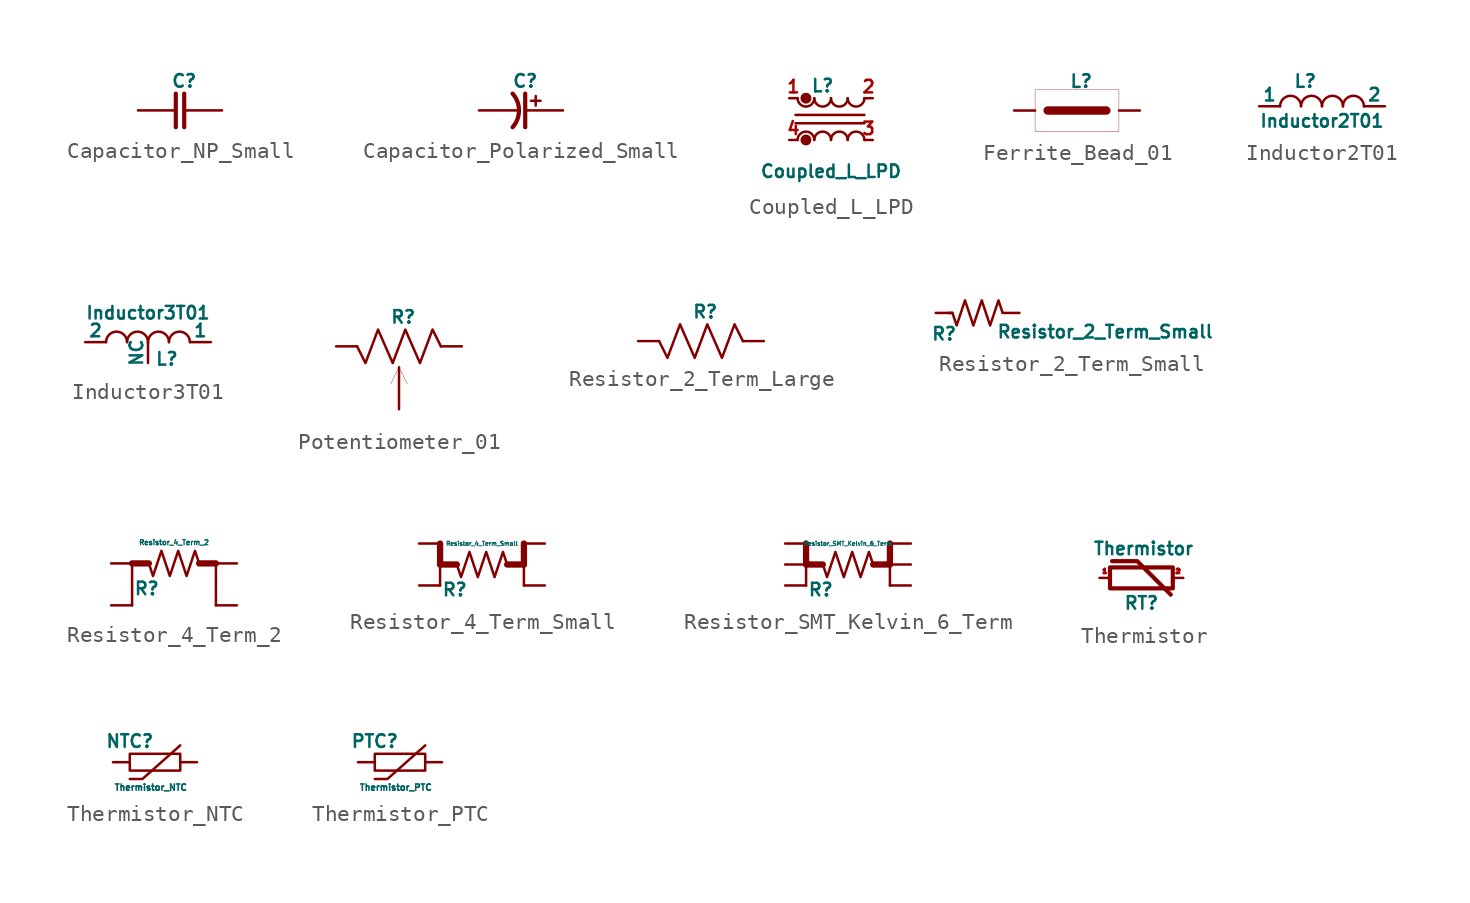
<source format=kicad_sym>
(kicad_symbol_lib
  (version 20210619)
  (generator kicad_symbol_editor)
  (symbol "Bobs_Passive:Capacitor_NP_Small"
    (pin_numbers hide)
    (pin_names
      (offset 0) hide)
    (property "Reference" "C"
      (at 0.254 1.778 0)
      (effects (font (size 0.762 0.762))))
    (symbol "Capacitor_NP_Small_0_1"
      (polyline (pts (xy -0.254 1.016) (xy -0.254 -1.016)) (stroke (width 0.254)) (fill (type none)))
      (polyline (pts (xy 0.254 1.016) (xy 0.254 -1.016)) (stroke (width 0.254)) (fill (type none))))
    (symbol "Capacitor_NP_Small_1_1"
      (pin bidirectional line (at -2.54 0 0) (length 2.286) (name "~" (effects (font (size 0.762 0.762)))) (number "1" (effects (font (size 0.762 0.762)))))
      (pin bidirectional line (at 2.54 0 180) (length 2.286) (name "~" (effects (font (size 0.762 0.762)))) (number "2" (effects (font (size 0.762 0.762)))))))
  (symbol "Bobs_Passive:Capacitor_Polarized_Small"
    (pin_numbers hide)
    (pin_names
      (offset 0) hide)
    (property "Reference" "C"
      (at 0.254 1.778 0)
      (effects (font (size 0.762 0.762))))
    (symbol "Capacitor_Polarized_Small_0_0"
      (text "+" (at 0.889 0.635 0) (effects (font (size 0.762 0.762) bold))))
    (symbol "Capacitor_Polarized_Small_0_1"
      (arc (start -0.508 -1.016) (end -0.508 1.016) (radius (at -1.651 0) (length 1.524) (angles -41.6 41.6)) (stroke (width 0.254)) (fill (type none)))
      (polyline (pts (xy 0.254 1.016) (xy 0.254 -1.016)) (stroke (width 0.254)) (fill (type none))))
    (symbol "Capacitor_Polarized_Small_1_1"
      (pin bidirectional line (at 2.54 0 180) (length 2.286) (name "~" (effects (font (size 0.762 0.762)))) (number "1" (effects (font (size 0.762 0.762)))))
      (pin bidirectional line (at -2.54 0 0) (length 2.286) (name "~" (effects (font (size 0.762 0.762)))) (number "2" (effects (font (size 0.762 0.762)))))))
  (symbol "Bobs_Passive:Coupled_L_LPD"
    (pin_names
      (offset 0.254) hide)
    (property "Reference" "L"
      (at -0.508 2.032 0)
      (effects (font (size 0.762 0.762))))
    (property "Value" "Coupled_L_LPD"
      (at 0 -3.175 0)
      (effects (font (size 0.762 0.762))))
    (symbol "Coupled_L_LPD_0_1"
      (arc (start -1.016 -1.27) (end -2.032 -1.27) (radius (at -1.524 -1.27) (length 0.508) (angles 0.1 179.9)) (stroke (width 0)) (fill (type none)))
      (arc (start -2.032 1.27) (end -1.016 1.27) (radius (at -1.524 1.27) (length 0.508) (angles -179.9 -0.1)) (stroke (width 0)) (fill (type none)))
      (arc (start 0 -1.27) (end -1.016 -1.27) (radius (at -0.508 -1.27) (length 0.508) (angles 0.1 179.9)) (stroke (width 0)) (fill (type none)))
      (arc (start -1.016 1.27) (end 0 1.27) (radius (at -0.508 1.27) (length 0.508) (angles -179.9 -0.1)) (stroke (width 0)) (fill (type none)))
      (arc (start 1.016 -1.27) (end 0 -1.27) (radius (at 0.508 -1.27) (length 0.508) (angles 0.1 179.9)) (stroke (width 0)) (fill (type none)))
      (arc (start 0 1.27) (end 1.016 1.27) (radius (at 0.508 1.27) (length 0.508) (angles -179.9 -0.1)) (stroke (width 0)) (fill (type none)))
      (arc (start 2.032 -1.27) (end 1.016 -1.27) (radius (at 1.524 -1.27) (length 0.508) (angles 0.1 179.9)) (stroke (width 0)) (fill (type none)))
      (arc (start 1.016 1.27) (end 2.032 1.27) (radius (at 1.524 1.27) (length 0.508) (angles -179.9 -0.1)) (stroke (width 0)) (fill (type none)))
      (circle (center -1.524 -1.27) (radius 0.254) (stroke (width 0)) (fill (type outline)))
      (circle (center -1.524 1.27) (radius 0.254) (stroke (width 0)) (fill (type outline)))
      (polyline (pts (xy -2.159 -0.254) (xy 2.032 -0.254)) (stroke (width 0)) (fill (type none)))
      (polyline (pts (xy -2.159 0.254) (xy 2.032 0.254)) (stroke (width 0)) (fill (type none))))
    (symbol "Coupled_L_LPD_1_1"
      (pin bidirectional line (at -2.54 1.27 0) (length 0.508) (name "1" (effects (font (size 0.762 0.762)))) (number "1" (effects (font (size 0.762 0.762)))))
      (pin bidirectional line (at 2.54 1.27 180) (length 0.508) (name "2" (effects (font (size 0.762 0.762)))) (number "2" (effects (font (size 0.762 0.762)))))
      (pin bidirectional line (at 2.54 -1.27 180) (length 0.508) (name "3" (effects (font (size 0.762 0.762)))) (number "3" (effects (font (size 0.762 0.762)))))
      (pin bidirectional line (at -2.54 -1.27 0) (length 0.508) (name "4" (effects (font (size 0.762 0.762)))) (number "4" (effects (font (size 0.762 0.762)))))))
  (symbol "Bobs_Passive:Ferrite_Bead_01"
    (pin_numbers hide)
    (pin_names
      (offset 0) hide)
    (property "Reference" "L"
      (at 0.254 1.778 0)
      (effects (font (size 0.762 0.762))))
    (symbol "Ferrite_Bead_01_0_1"
      (rectangle (start 2.54 -1.27) (end -2.54 1.27) (stroke (width 0.0003)) (fill (type none)))
      (polyline (pts (xy -1.778 0) (xy 1.778 0)) (stroke (width 0.508)) (fill (type none))))
    (symbol "Ferrite_Bead_01_1_1"
      (pin bidirectional line (at -3.81 0 0) (length 1.27) (name "~" (effects (font (size 0.762 0.762)))) (number "1" (effects (font (size 0.762 0.762)))))
      (pin bidirectional line (at 3.81 0 180) (length 1.27) (name "~" (effects (font (size 0.762 0.762)))) (number "2" (effects (font (size 0.762 0.762)))))))
  (symbol "Bobs_Passive:Inductor2T01"
    (pin_numbers hide)
    (pin_names
      (offset 0))
    (property "Reference" "L"
      (at -1.016 1.524 0)
      (effects (font (size 0.762 0.762))))
    (property "Value" "Inductor2T01"
      (at 0 -0.889 0)
      (effects (font (size 0.762 0.762))))
    (symbol "Inductor2T01_0_1"
      (arc (start -1.27 0) (end -2.54 0) (radius (at -1.905 0) (length 0.635) (angles 0.1 179.9)) (stroke (width 0)) (fill (type none)))
      (arc (start 0 0) (end -1.27 0) (radius (at -0.635 0) (length 0.635) (angles 0.1 179.9)) (stroke (width 0)) (fill (type none)))
      (arc (start 1.27 0) (end 0 0) (radius (at 0.635 0) (length 0.635) (angles 0.1 179.9)) (stroke (width 0)) (fill (type none)))
      (arc (start 2.54 0) (end 1.27 0) (radius (at 1.905 0) (length 0.635) (angles 0.1 179.9)) (stroke (width 0)) (fill (type none))))
    (symbol "Inductor2T01_1_1"
      (pin input line (at -3.81 0 0) (length 1.27) (name "1" (effects (font (size 0.762 0.762)))) (number "1" (effects (font (size 0.762 0.762)))))
      (pin input line (at 3.81 0 180) (length 1.27) (name "2" (effects (font (size 0.762 0.762)))) (number "2" (effects (font (size 0.762 0.762)))))))
  (symbol "Bobs_Passive:Inductor3T01"
    (pin_numbers hide)
    (pin_names
      (offset 0))
    (property "Reference" "L"
      (at 1.143 -1.016 0)
      (effects (font (size 0.762 0.762))))
    (property "Value" "Inductor3T01"
      (at 0 1.778 0)
      (effects (font (size 0.762 0.762))))
    (symbol "Inductor3T01_0_1"
      (arc (start -1.27 0) (end -2.54 0) (radius (at -1.905 0) (length 0.635) (angles 0.1 179.9)) (stroke (width 0)) (fill (type none)))
      (arc (start 0 0) (end -1.27 0) (radius (at -0.635 0) (length 0.635) (angles 0.1 179.9)) (stroke (width 0)) (fill (type none)))
      (arc (start 1.27 0) (end 0 0) (radius (at 0.635 0) (length 0.635) (angles 0.1 179.9)) (stroke (width 0)) (fill (type none)))
      (arc (start 2.54 0) (end 1.27 0) (radius (at 1.905 0) (length 0.635) (angles 0.1 179.9)) (stroke (width 0)) (fill (type none))))
    (symbol "Inductor3T01_1_1"
      (pin input line (at 3.81 0 180) (length 1.27) (name "1" (effects (font (size 0.762 0.762)))) (number "1" (effects (font (size 0.762 0.762)))))
      (pin input line (at -3.81 0 0) (length 1.27) (name "2" (effects (font (size 0.762 0.762)))) (number "2" (effects (font (size 0.762 0.762)))))
      (pin input line (at 0 -1.27 90) (length 1.27) (name "NC" (effects (font (size 0.762 0.762)))) (number "3" (effects (font (size 0.762 0.762)))))))
  (symbol "Bobs_Passive:Potentiometer_01"
    (pin_numbers hide)
    (pin_names
      (offset 0) hide)
    (property "Reference" "R"
      (at 0.254 1.778 0)
      (effects (font (size 0.762 0.762))))
    (symbol "Potentiometer_01_0_1"
      (polyline (pts (xy 0 -1.27) (xy -0.508 -2.286)) (stroke (width 0.0003)) (fill (type none)))
      (polyline (pts (xy 0.508 -2.286) (xy 0 -1.27)) (stroke (width 0.0003)) (fill (type none)))
      (polyline (pts (xy -2.54 0) (xy -2.032 -1.016) (xy -1.27 1.016) (xy -0.381 -1.016) (xy 0.381 1.016) (xy 1.27 -1.016) (xy 2.032 1.016) (xy 2.54 0)) (stroke (width 0)) (fill (type none))))
    (symbol "Potentiometer_01_1_1"
      (pin bidirectional line (at -3.81 0 0) (length 1.27) (name "~" (effects (font (size 0.762 0.762)))) (number "1" (effects (font (size 0.762 0.762)))))
      (pin bidirectional line (at 0 -3.81 90) (length 2.54) (name "~" (effects (font (size 0.762 0.762)))) (number "2" (effects (font (size 0.762 0.762)))))
      (pin bidirectional line (at 3.81 0 180) (length 1.27) (name "~" (effects (font (size 0.762 0.762)))) (number "3" (effects (font (size 0.762 0.762)))))))
  (symbol "Bobs_Passive:Resistor_2_Term_Large"
    (pin_numbers hide)
    (pin_names
      (offset 0) hide)
    (property "Reference" "R"
      (at 0.254 1.778 0)
      (effects (font (size 0.762 0.762))))
    (symbol "Resistor_2_Term_Large_0_1"
      (polyline (pts (xy -2.54 0) (xy -2.032 -1.016) (xy -1.27 1.016) (xy -0.381 -1.016) (xy 0.381 1.016) (xy 1.27 -1.016) (xy 2.032 1.016) (xy 2.54 0)) (stroke (width 0)) (fill (type none))))
    (symbol "Resistor_2_Term_Large_1_1"
      (pin bidirectional line (at -3.81 0 0) (length 1.27) (name "~" (effects (font (size 0.762 0.762)))) (number "1" (effects (font (size 0.762 0.762)))))
      (pin bidirectional line (at 3.81 0 180) (length 1.27) (name "~" (effects (font (size 0.762 0.762)))) (number "2" (effects (font (size 0.762 0.762)))))))
  (symbol "Bobs_Passive:Resistor_2_Term_Small"
    (pin_numbers hide)
    (pin_names
      (offset 0) hide)
    (property "Reference" "R"
      (at -2.032 -1.27 0)
      (effects (font (size 0.762 0.762))))
    (property "Value" "Resistor_2_Term_Small"
      (at 7.747 -1.143 0)
      (effects (font (size 0.762 0.762))))
    (symbol "Resistor_2_Term_Small_0_1"
      (polyline (pts (xy -1.778 0) (xy -1.524 0) (xy -1.27 -0.762) (xy -0.762 0.762) (xy -0.254 -0.762) (xy 0.254 0.762) (xy 0.762 -0.762) (xy 1.27 0.762) (xy 1.524 0)) (stroke (width 0)) (fill (type none))))
    (symbol "Resistor_2_Term_Small_1_1"
      (pin bidirectional line (at -2.54 0 0) (length 1.016) (name "~" (effects (font (size 0.762 0.762)))) (number "1" (effects (font (size 0.762 0.762)))))
      (pin bidirectional line (at 2.54 0 180) (length 1.016) (name "~" (effects (font (size 0.762 0.762)))) (number "2" (effects (font (size 0.762 0.762)))))))
  (symbol "Bobs_Passive:Resistor_4_Term_2"
    (pin_numbers hide)
    (pin_names
      (offset 0) hide)
    (property "Reference" "R"
      (at -1.651 -1.524 0)
      (effects (font (size 0.762 0.762))))
    (property "Value" "Resistor_4_Term_2"
      (at 0 1.27 0)
      (effects (font (size 0.305 0.305))))
    (symbol "Resistor_4_Term_2_0_1"
      (polyline (pts (xy -2.54 -2.54) (xy -2.54 0)) (stroke (width 0)) (fill (type none)))
      (polyline (pts (xy -1.524 0) (xy -2.54 0)) (stroke (width 0.381)) (fill (type none)))
      (polyline (pts (xy 1.524 0) (xy 2.54 0)) (stroke (width 0.381)) (fill (type none)))
      (polyline (pts (xy 2.54 -2.54) (xy 2.54 0)) (stroke (width 0)) (fill (type none)))
      (polyline (pts (xy -1.524 0) (xy -1.27 -0.762) (xy -0.762 0.762) (xy -0.254 -0.762) (xy 0.254 0.762) (xy 0.762 -0.762) (xy 1.27 0.762) (xy 1.524 0)) (stroke (width 0)) (fill (type none))))
    (symbol "Resistor_4_Term_2_1_1"
      (pin bidirectional line (at -3.81 0 0) (length 1.27) (name "~" (effects (font (size 0.762 0.762)))) (number "1" (effects (font (size 0.762 0.762)))))
      (pin bidirectional line (at -3.81 -2.54 0) (length 1.27) (name "~" (effects (font (size 0.762 0.762)))) (number "2" (effects (font (size 0.762 0.762)))))
      (pin bidirectional line (at 3.81 -2.54 180) (length 1.27) (name "~" (effects (font (size 0.762 0.762)))) (number "3" (effects (font (size 0.762 0.762)))))
      (pin bidirectional line (at 3.81 0 180) (length 1.27) (name "~" (effects (font (size 0.762 0.762)))) (number "4" (effects (font (size 0.762 0.762)))))))
  (symbol "Bobs_Passive:Resistor_4_Term_Small"
    (pin_numbers hide)
    (pin_names
      (offset 0) hide)
    (property "Reference" "R"
      (at -1.651 -1.524 0)
      (effects (font (size 0.762 0.762))))
    (property "Value" "Resistor_4_Term_Small"
      (at 0 1.27 0)
      (effects (font (size 0.254 0.254))))
    (symbol "Resistor_4_Term_Small_0_1"
      (polyline (pts (xy -2.54 -1.27) (xy -2.54 0)) (stroke (width 0)) (fill (type none)))
      (polyline (pts (xy -2.54 1.27) (xy -2.54 0)) (stroke (width 0.381)) (fill (type none)))
      (polyline (pts (xy -1.524 0) (xy -2.54 0)) (stroke (width 0.381)) (fill (type none)))
      (polyline (pts (xy 1.524 0) (xy 2.54 0)) (stroke (width 0.381)) (fill (type none)))
      (polyline (pts (xy 2.54 -1.27) (xy 2.54 0)) (stroke (width 0)) (fill (type none)))
      (polyline (pts (xy 2.54 1.27) (xy 2.54 0)) (stroke (width 0.381)) (fill (type none)))
      (polyline (pts (xy -1.524 0) (xy -1.27 -0.762) (xy -0.762 0.762) (xy -0.254 -0.762) (xy 0.254 0.762) (xy 0.762 -0.762) (xy 1.27 0.762) (xy 1.524 0)) (stroke (width 0)) (fill (type none))))
    (symbol "Resistor_4_Term_Small_1_1"
      (pin bidirectional line (at -3.81 1.27 0) (length 1.27) (name "~" (effects (font (size 0.762 0.762)))) (number "1" (effects (font (size 0.762 0.762)))))
      (pin bidirectional line (at -3.81 -1.27 0) (length 1.27) (name "~" (effects (font (size 0.762 0.762)))) (number "2" (effects (font (size 0.762 0.762)))))
      (pin bidirectional line (at 3.81 -1.27 180) (length 1.27) (name "~" (effects (font (size 0.762 0.762)))) (number "3" (effects (font (size 0.762 0.762)))))
      (pin bidirectional line (at 3.81 1.27 180) (length 1.27) (name "~" (effects (font (size 0.762 0.762)))) (number "4" (effects (font (size 0.762 0.762)))))))
  (symbol "Bobs_Passive:Resistor_SMT_Kelvin_6_Term"
    (pin_numbers hide)
    (pin_names
      (offset 0) hide)
    (property "Reference" "R"
      (at -1.651 -1.524 0)
      (effects (font (size 0.762 0.762))))
    (property "Value" "Resistor_SMT_Kelvin_6_Term"
      (at 0 1.27 0)
      (effects (font (size 0.254 0.254))))
    (symbol "Resistor_SMT_Kelvin_6_Term_0_1"
      (polyline (pts (xy -2.54 -1.27) (xy -2.54 0)) (stroke (width 0)) (fill (type none)))
      (polyline (pts (xy -2.54 1.27) (xy -2.54 0)) (stroke (width 0.381)) (fill (type none)))
      (polyline (pts (xy -1.524 0) (xy -2.54 0)) (stroke (width 0.381)) (fill (type none)))
      (polyline (pts (xy 1.524 0) (xy 2.54 0)) (stroke (width 0.381)) (fill (type none)))
      (polyline (pts (xy 2.54 -1.27) (xy 2.54 0)) (stroke (width 0)) (fill (type none)))
      (polyline (pts (xy 2.54 1.27) (xy 2.54 0)) (stroke (width 0.381)) (fill (type none)))
      (polyline (pts (xy -1.524 0) (xy -1.27 -0.762) (xy -0.762 0.762) (xy -0.254 -0.762) (xy 0.254 0.762) (xy 0.762 -0.762) (xy 1.27 0.762) (xy 1.524 0)) (stroke (width 0)) (fill (type none))))
    (symbol "Resistor_SMT_Kelvin_6_Term_1_1"
      (pin bidirectional line (at -3.81 1.27 0) (length 1.27) (name "~" (effects (font (size 0.762 0.762)))) (number "1" (effects (font (size 0.762 0.762)))))
      (pin bidirectional line (at -3.81 -1.27 0) (length 1.27) (name "Sen2" (effects (font (size 0.762 0.762)))) (number "2" (effects (font (size 0.762 0.762)))))
      (pin bidirectional line (at -3.81 0 0) (length 1.27) (name "~" (effects (font (size 0.762 0.762)))) (number "3" (effects (font (size 0.762 0.762)))))
      (pin bidirectional line (at 3.81 0 180) (length 1.27) (name "~" (effects (font (size 0.762 0.762)))) (number "4" (effects (font (size 0.762 0.762)))))
      (pin bidirectional line (at 3.81 -1.27 180) (length 1.27) (name "Sen5" (effects (font (size 0.762 0.762)))) (number "5" (effects (font (size 0.762 0.762)))))
      (pin bidirectional line (at 3.81 1.27 180) (length 1.27) (name "~" (effects (font (size 0.762 0.762)))) (number "6" (effects (font (size 0.762 0.762)))))))
  (symbol "Bobs_Passive:Thermistor"
    (property "Reference" "RT"
      (at 0 -1.524 0)
      (effects (font (size 0.762 0.762))))
    (property "Value" "Thermistor"
      (at 0.127 1.778 0)
      (effects (font (size 0.762 0.762))))
    (symbol "Thermistor_0_1"
      (rectangle (start -1.905 0.635) (end 1.905 -0.635) (stroke (width 0.254)) (fill (type none)))
      (polyline (pts (xy -1.778 1.016) (xy -0.254 1.016) (xy 1.778 -1.016)) (stroke (width 0.254)) (fill (type none))))
    (symbol "Thermistor_1_1"
      (pin output line (at -2.54 0 0) (length 0.635) (name "~" (effects (font (size 0.254 0.254)))) (number "1" (effects (font (size 0.254 0.254)))))
      (pin output line (at 2.54 0 180) (length 0.635) (name "~" (effects (font (size 0.254 0.254)))) (number "2" (effects (font (size 0.254 0.254)))))))
  (symbol "Bobs_Passive:Thermistor_NTC"
    (pin_numbers hide)
    (pin_names
      (offset 0) hide)
    (property "Reference" "NTC"
      (at -1.524 1.27 0)
      (effects (font (size 0.762 0.762))))
    (property "Value" "Thermistor_NTC"
      (at -0.254 -1.524 0)
      (effects (font (size 0.381 0.381))))
    (symbol "Thermistor_NTC_0_1"
      (rectangle (start -1.524 0.508) (end 1.524 -0.508) (stroke (width 0)) (fill (type none)))
      (polyline (pts (xy -1.524 -1.016) (xy -0.762 -1.016) (xy 1.524 1.016)) (stroke (width 0)) (fill (type none))))
    (symbol "Thermistor_NTC_1_1"
      (pin bidirectional line (at -2.54 0 0) (length 1.016) (name "~" (effects (font (size 0.762 0.762)))) (number "1" (effects (font (size 0.762 0.762)))))
      (pin bidirectional line (at 2.54 0 180) (length 1.016) (name "~" (effects (font (size 0.762 0.762)))) (number "2" (effects (font (size 0.762 0.762)))))))
  (symbol "Bobs_Passive:Thermistor_PTC"
    (pin_numbers hide)
    (pin_names
      (offset 0) hide)
    (property "Reference" "PTC"
      (at -1.524 1.27 0)
      (effects (font (size 0.762 0.762))))
    (property "Value" "Thermistor_PTC"
      (at -0.254 -1.524 0)
      (effects (font (size 0.381 0.381))))
    (symbol "Thermistor_PTC_0_1"
      (rectangle (start -1.524 0.508) (end 1.524 -0.508) (stroke (width 0)) (fill (type none)))
      (polyline (pts (xy -1.524 -1.016) (xy -0.762 -1.016) (xy 1.524 1.016)) (stroke (width 0)) (fill (type none))))
    (symbol "Thermistor_PTC_1_1"
      (pin bidirectional line (at -2.54 0 0) (length 1.016) (name "~" (effects (font (size 0.762 0.762)))) (number "1" (effects (font (size 0.762 0.762)))))
      (pin bidirectional line (at 2.54 0 180) (length 1.016) (name "~" (effects (font (size 0.762 0.762)))) (number "2" (effects (font (size 0.762 0.762))))))))
</source>
